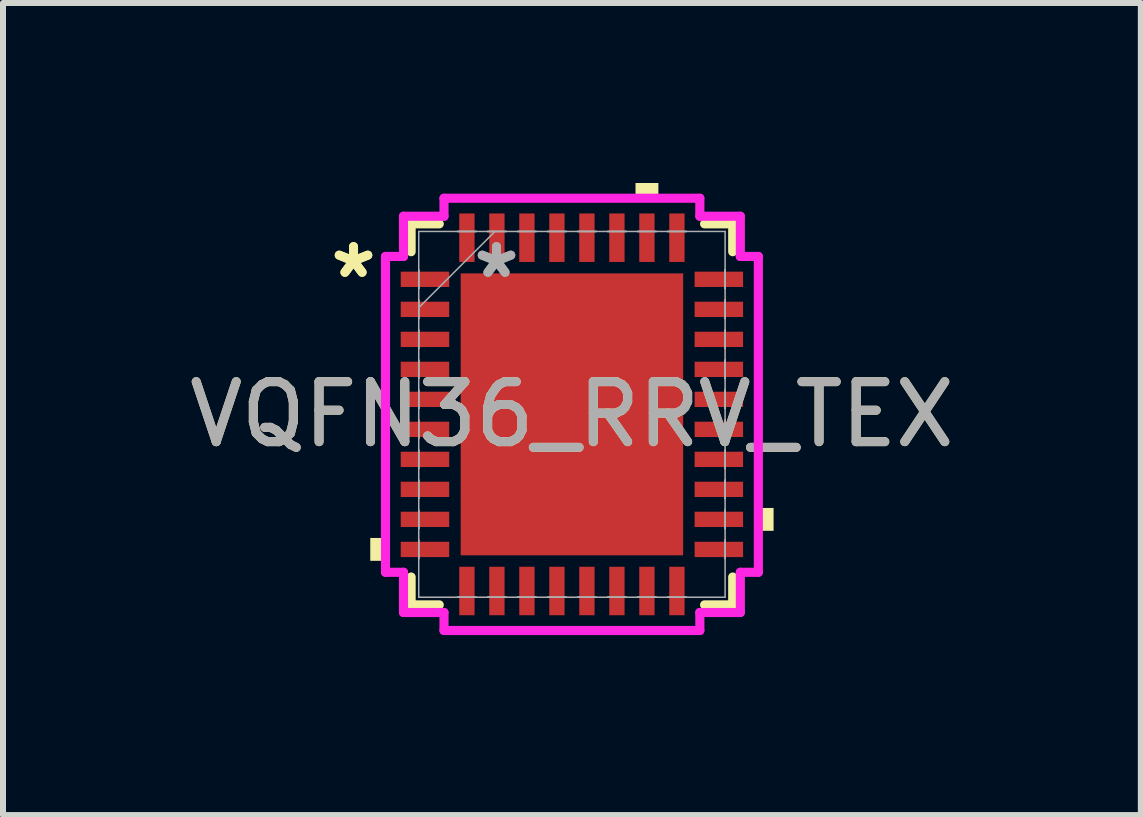
<source format=kicad_pcb>
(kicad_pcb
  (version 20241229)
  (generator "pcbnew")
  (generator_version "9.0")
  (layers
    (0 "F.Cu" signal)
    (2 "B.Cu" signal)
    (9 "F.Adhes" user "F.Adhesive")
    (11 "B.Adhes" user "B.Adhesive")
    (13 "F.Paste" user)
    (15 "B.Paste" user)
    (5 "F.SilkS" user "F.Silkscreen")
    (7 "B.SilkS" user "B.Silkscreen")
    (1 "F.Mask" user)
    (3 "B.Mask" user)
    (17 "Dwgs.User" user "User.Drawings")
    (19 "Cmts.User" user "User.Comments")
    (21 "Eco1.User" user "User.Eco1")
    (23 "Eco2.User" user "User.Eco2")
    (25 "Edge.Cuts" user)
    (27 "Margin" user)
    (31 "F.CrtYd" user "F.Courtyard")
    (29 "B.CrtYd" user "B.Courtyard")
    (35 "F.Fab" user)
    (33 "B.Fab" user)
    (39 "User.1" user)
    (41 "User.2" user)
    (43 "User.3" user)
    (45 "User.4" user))
  (footprint "VQFN36_RRV_TEX"
    (layer "F.Cu")
    (at 6.482 3.856)
    (property "Reference" "VQFN36_RRV_TEX" (at 0 0 0) (unlocked yes) (layer "F.SilkS") (effects (font (size 1 1) (thickness 0.15))))
    (attr smd)
    (fp_line (start -2.68 -3.175) (end -2.68 -2.711) (stroke (width 0.152) (type solid)) (layer "F.SilkS"))
    (fp_line (start -2.68 2.711) (end -2.68 3.175) (stroke (width 0.152) (type solid)) (layer "F.SilkS"))
    (fp_line (start -2.68 3.175) (end -2.211 3.175) (stroke (width 0.152) (type solid)) (layer "F.SilkS"))
    (fp_line (start -2.211 -3.175) (end -2.68 -3.175) (stroke (width 0.152) (type solid)) (layer "F.SilkS"))
    (fp_line (start 2.211 3.175) (end 2.68 3.175) (stroke (width 0.152) (type solid)) (layer "F.SilkS"))
    (fp_line (start 2.68 -3.175) (end 2.211 -3.175) (stroke (width 0.152) (type solid)) (layer "F.SilkS"))
    (fp_line (start 2.68 -2.711) (end 2.68 -3.175) (stroke (width 0.152) (type solid)) (layer "F.SilkS"))
    (fp_line (start 2.68 3.175) (end 2.68 2.711) (stroke (width 0.152) (type solid)) (layer "F.SilkS"))
    (fp_poly (pts (xy -3.361 2.06) (xy -3.361 2.441) (xy -3.107 2.441) (xy -3.107 2.06)) (stroke (width 0) (type solid)) (fill yes) (layer "F.SilkS"))
    (fp_poly (pts (xy 1.06 -3.602) (xy 1.06 -3.856) (xy 1.441 -3.856) (xy 1.441 -3.602)) (stroke (width 0) (type solid)) (fill yes) (layer "F.SilkS"))
    (fp_poly (pts (xy 3.361 1.56) (xy 3.361 1.941) (xy 3.107 1.941) (xy 3.107 1.56)) (stroke (width 0) (type solid)) (fill yes) (layer "F.SilkS"))
    (fp_line (start -3.107 -2.632) (end -2.807 -2.632) (stroke (width 0.152) (type solid)) (layer "F.CrtYd"))
    (fp_line (start -3.107 2.632) (end -3.107 -2.632) (stroke (width 0.152) (type solid)) (layer "F.CrtYd"))
    (fp_line (start -2.807 -3.302) (end -2.132 -3.302) (stroke (width 0.152) (type solid)) (layer "F.CrtYd"))
    (fp_line (start -2.807 -2.632) (end -2.807 -3.302) (stroke (width 0.152) (type solid)) (layer "F.CrtYd"))
    (fp_line (start -2.807 2.632) (end -3.107 2.632) (stroke (width 0.152) (type solid)) (layer "F.CrtYd"))
    (fp_line (start -2.807 3.302) (end -2.807 2.632) (stroke (width 0.152) (type solid)) (layer "F.CrtYd"))
    (fp_line (start -2.132 -3.602) (end 2.132 -3.602) (stroke (width 0.152) (type solid)) (layer "F.CrtYd"))
    (fp_line (start -2.132 -3.302) (end -2.132 -3.602) (stroke (width 0.152) (type solid)) (layer "F.CrtYd"))
    (fp_line (start -2.132 3.302) (end -2.807 3.302) (stroke (width 0.152) (type solid)) (layer "F.CrtYd"))
    (fp_line (start -2.132 3.602) (end -2.132 3.302) (stroke (width 0.152) (type solid)) (layer "F.CrtYd"))
    (fp_line (start 2.132 -3.602) (end 2.132 -3.302) (stroke (width 0.152) (type solid)) (layer "F.CrtYd"))
    (fp_line (start 2.132 -3.302) (end 2.807 -3.302) (stroke (width 0.152) (type solid)) (layer "F.CrtYd"))
    (fp_line (start 2.132 3.302) (end 2.132 3.602) (stroke (width 0.152) (type solid)) (layer "F.CrtYd"))
    (fp_line (start 2.132 3.602) (end -2.132 3.602) (stroke (width 0.152) (type solid)) (layer "F.CrtYd"))
    (fp_line (start 2.807 -3.302) (end 2.807 -2.632) (stroke (width 0.152) (type solid)) (layer "F.CrtYd"))
    (fp_line (start 2.807 -2.632) (end 3.107 -2.632) (stroke (width 0.152) (type solid)) (layer "F.CrtYd"))
    (fp_line (start 2.807 2.632) (end 2.807 3.302) (stroke (width 0.152) (type solid)) (layer "F.CrtYd"))
    (fp_line (start 2.807 3.302) (end 2.132 3.302) (stroke (width 0.152) (type solid)) (layer "F.CrtYd"))
    (fp_line (start 3.107 -2.632) (end 3.107 2.632) (stroke (width 0.152) (type solid)) (layer "F.CrtYd"))
    (fp_line (start 3.107 2.632) (end 2.807 2.632) (stroke (width 0.152) (type solid)) (layer "F.CrtYd"))
    (fp_line (start -2.553 -3.048) (end -2.553 3.048) (stroke (width 0.025) (type solid)) (layer "F.Fab"))
    (fp_line (start -2.553 -2.403) (end -2.553 -2.403) (stroke (width 0.025) (type solid)) (layer "F.Fab"))
    (fp_line (start -2.553 -2.403) (end -2.553 -2.098) (stroke (width 0.025) (type solid)) (layer "F.Fab"))
    (fp_line (start -2.553 -2.098) (end -2.553 -2.403) (stroke (width 0.025) (type solid)) (layer "F.Fab"))
    (fp_line (start -2.553 -2.098) (end -2.553 -2.098) (stroke (width 0.025) (type solid)) (layer "F.Fab"))
    (fp_line (start -2.553 -1.903) (end -2.553 -1.903) (stroke (width 0.025) (type solid)) (layer "F.Fab"))
    (fp_line (start -2.553 -1.903) (end -2.553 -1.598) (stroke (width 0.025) (type solid)) (layer "F.Fab"))
    (fp_line (start -2.553 -1.778) (end -1.283 -3.048) (stroke (width 0.025) (type solid)) (layer "F.Fab"))
    (fp_line (start -2.553 -1.598) (end -2.553 -1.903) (stroke (width 0.025) (type solid)) (layer "F.Fab"))
    (fp_line (start -2.553 -1.598) (end -2.553 -1.598) (stroke (width 0.025) (type solid)) (layer "F.Fab"))
    (fp_line (start -2.553 -1.403) (end -2.553 -1.403) (stroke (width 0.025) (type solid)) (layer "F.Fab"))
    (fp_line (start -2.553 -1.403) (end -2.553 -1.098) (stroke (width 0.025) (type solid)) (layer "F.Fab"))
    (fp_line (start -2.553 -1.098) (end -2.553 -1.403) (stroke (width 0.025) (type solid)) (layer "F.Fab"))
    (fp_line (start -2.553 -1.098) (end -2.553 -1.098) (stroke (width 0.025) (type solid)) (layer "F.Fab"))
    (fp_line (start -2.553 -0.903) (end -2.553 -0.903) (stroke (width 0.025) (type solid)) (layer "F.Fab"))
    (fp_line (start -2.553 -0.903) (end -2.553 -0.598) (stroke (width 0.025) (type solid)) (layer "F.Fab"))
    (fp_line (start -2.553 -0.598) (end -2.553 -0.903) (stroke (width 0.025) (type solid)) (layer "F.Fab"))
    (fp_line (start -2.553 -0.598) (end -2.553 -0.598) (stroke (width 0.025) (type solid)) (layer "F.Fab"))
    (fp_line (start -2.553 -0.402) (end -2.553 -0.402) (stroke (width 0.025) (type solid)) (layer "F.Fab"))
    (fp_line (start -2.553 -0.402) (end -2.553 -0.098) (stroke (width 0.025) (type solid)) (layer "F.Fab"))
    (fp_line (start -2.553 -0.098) (end -2.553 -0.402) (stroke (width 0.025) (type solid)) (layer "F.Fab"))
    (fp_line (start -2.553 -0.098) (end -2.553 -0.098) (stroke (width 0.025) (type solid)) (layer "F.Fab"))
    (fp_line (start -2.553 0.098) (end -2.553 0.098) (stroke (width 0.025) (type solid)) (layer "F.Fab"))
    (fp_line (start -2.553 0.098) (end -2.553 0.402) (stroke (width 0.025) (type solid)) (layer "F.Fab"))
    (fp_line (start -2.553 0.402) (end -2.553 0.098) (stroke (width 0.025) (type solid)) (layer "F.Fab"))
    (fp_line (start -2.553 0.402) (end -2.553 0.402) (stroke (width 0.025) (type solid)) (layer "F.Fab"))
    (fp_line (start -2.553 0.598) (end -2.553 0.598) (stroke (width 0.025) (type solid)) (layer "F.Fab"))
    (fp_line (start -2.553 0.598) (end -2.553 0.903) (stroke (width 0.025) (type solid)) (layer "F.Fab"))
    (fp_line (start -2.553 0.903) (end -2.553 0.598) (stroke (width 0.025) (type solid)) (layer "F.Fab"))
    (fp_line (start -2.553 0.903) (end -2.553 0.903) (stroke (width 0.025) (type solid)) (layer "F.Fab"))
    (fp_line (start -2.553 1.098) (end -2.553 1.098) (stroke (width 0.025) (type solid)) (layer "F.Fab"))
    (fp_line (start -2.553 1.098) (end -2.553 1.403) (stroke (width 0.025) (type solid)) (layer "F.Fab"))
    (fp_line (start -2.553 1.403) (end -2.553 1.098) (stroke (width 0.025) (type solid)) (layer "F.Fab"))
    (fp_line (start -2.553 1.403) (end -2.553 1.403) (stroke (width 0.025) (type solid)) (layer "F.Fab"))
    (fp_line (start -2.553 1.598) (end -2.553 1.598) (stroke (width 0.025) (type solid)) (layer "F.Fab"))
    (fp_line (start -2.553 1.598) (end -2.553 1.903) (stroke (width 0.025) (type solid)) (layer "F.Fab"))
    (fp_line (start -2.553 1.903) (end -2.553 1.598) (stroke (width 0.025) (type solid)) (layer "F.Fab"))
    (fp_line (start -2.553 1.903) (end -2.553 1.903) (stroke (width 0.025) (type solid)) (layer "F.Fab"))
    (fp_line (start -2.553 2.098) (end -2.553 2.098) (stroke (width 0.025) (type solid)) (layer "F.Fab"))
    (fp_line (start -2.553 2.098) (end -2.553 2.403) (stroke (width 0.025) (type solid)) (layer "F.Fab"))
    (fp_line (start -2.553 2.403) (end -2.553 2.098) (stroke (width 0.025) (type solid)) (layer "F.Fab"))
    (fp_line (start -2.553 2.403) (end -2.553 2.403) (stroke (width 0.025) (type solid)) (layer "F.Fab"))
    (fp_line (start -2.553 3.048) (end 2.553 3.048) (stroke (width 0.025) (type solid)) (layer "F.Fab"))
    (fp_line (start -1.903 -3.048) (end -1.903 -3.048) (stroke (width 0.025) (type solid)) (layer "F.Fab"))
    (fp_line (start -1.903 -3.048) (end -1.598 -3.048) (stroke (width 0.025) (type solid)) (layer "F.Fab"))
    (fp_line (start -1.903 3.048) (end -1.903 3.048) (stroke (width 0.025) (type solid)) (layer "F.Fab"))
    (fp_line (start -1.903 3.048) (end -1.598 3.048) (stroke (width 0.025) (type solid)) (layer "F.Fab"))
    (fp_line (start -1.598 -3.048) (end -1.903 -3.048) (stroke (width 0.025) (type solid)) (layer "F.Fab"))
    (fp_line (start -1.598 -3.048) (end -1.598 -3.048) (stroke (width 0.025) (type solid)) (layer "F.Fab"))
    (fp_line (start -1.598 3.048) (end -1.903 3.048) (stroke (width 0.025) (type solid)) (layer "F.Fab"))
    (fp_line (start -1.598 3.048) (end -1.598 3.048) (stroke (width 0.025) (type solid)) (layer "F.Fab"))
    (fp_line (start -1.403 -3.048) (end -1.403 -3.048) (stroke (width 0.025) (type solid)) (layer "F.Fab"))
    (fp_line (start -1.403 -3.048) (end -1.098 -3.048) (stroke (width 0.025) (type solid)) (layer "F.Fab"))
    (fp_line (start -1.403 3.048) (end -1.403 3.048) (stroke (width 0.025) (type solid)) (layer "F.Fab"))
    (fp_line (start -1.403 3.048) (end -1.098 3.048) (stroke (width 0.025) (type solid)) (layer "F.Fab"))
    (fp_line (start -1.098 -3.048) (end -1.403 -3.048) (stroke (width 0.025) (type solid)) (layer "F.Fab"))
    (fp_line (start -1.098 -3.048) (end -1.098 -3.048) (stroke (width 0.025) (type solid)) (layer "F.Fab"))
    (fp_line (start -1.098 3.048) (end -1.403 3.048) (stroke (width 0.025) (type solid)) (layer "F.Fab"))
    (fp_line (start -1.098 3.048) (end -1.098 3.048) (stroke (width 0.025) (type solid)) (layer "F.Fab"))
    (fp_line (start -0.903 -3.048) (end -0.903 -3.048) (stroke (width 0.025) (type solid)) (layer "F.Fab"))
    (fp_line (start -0.903 -3.048) (end -0.598 -3.048) (stroke (width 0.025) (type solid)) (layer "F.Fab"))
    (fp_line (start -0.903 3.048) (end -0.903 3.048) (stroke (width 0.025) (type solid)) (layer "F.Fab"))
    (fp_line (start -0.903 3.048) (end -0.598 3.048) (stroke (width 0.025) (type solid)) (layer "F.Fab"))
    (fp_line (start -0.598 -3.048) (end -0.903 -3.048) (stroke (width 0.025) (type solid)) (layer "F.Fab"))
    (fp_line (start -0.598 -3.048) (end -0.598 -3.048) (stroke (width 0.025) (type solid)) (layer "F.Fab"))
    (fp_line (start -0.598 3.048) (end -0.903 3.048) (stroke (width 0.025) (type solid)) (layer "F.Fab"))
    (fp_line (start -0.598 3.048) (end -0.598 3.048) (stroke (width 0.025) (type solid)) (layer "F.Fab"))
    (fp_line (start -0.402 -3.048) (end -0.402 -3.048) (stroke (width 0.025) (type solid)) (layer "F.Fab"))
    (fp_line (start -0.402 -3.048) (end -0.098 -3.048) (stroke (width 0.025) (type solid)) (layer "F.Fab"))
    (fp_line (start -0.402 3.048) (end -0.402 3.048) (stroke (width 0.025) (type solid)) (layer "F.Fab"))
    (fp_line (start -0.402 3.048) (end -0.098 3.048) (stroke (width 0.025) (type solid)) (layer "F.Fab"))
    (fp_line (start -0.098 -3.048) (end -0.402 -3.048) (stroke (width 0.025) (type solid)) (layer "F.Fab"))
    (fp_line (start -0.098 -3.048) (end -0.098 -3.048) (stroke (width 0.025) (type solid)) (layer "F.Fab"))
    (fp_line (start -0.098 3.048) (end -0.402 3.048) (stroke (width 0.025) (type solid)) (layer "F.Fab"))
    (fp_line (start -0.098 3.048) (end -0.098 3.048) (stroke (width 0.025) (type solid)) (layer "F.Fab"))
    (fp_line (start 0.098 -3.048) (end 0.098 -3.048) (stroke (width 0.025) (type solid)) (layer "F.Fab"))
    (fp_line (start 0.098 -3.048) (end 0.402 -3.048) (stroke (width 0.025) (type solid)) (layer "F.Fab"))
    (fp_line (start 0.098 3.048) (end 0.098 3.048) (stroke (width 0.025) (type solid)) (layer "F.Fab"))
    (fp_line (start 0.098 3.048) (end 0.402 3.048) (stroke (width 0.025) (type solid)) (layer "F.Fab"))
    (fp_line (start 0.402 -3.048) (end 0.098 -3.048) (stroke (width 0.025) (type solid)) (layer "F.Fab"))
    (fp_line (start 0.402 -3.048) (end 0.402 -3.048) (stroke (width 0.025) (type solid)) (layer "F.Fab"))
    (fp_line (start 0.402 3.048) (end 0.098 3.048) (stroke (width 0.025) (type solid)) (layer "F.Fab"))
    (fp_line (start 0.402 3.048) (end 0.402 3.048) (stroke (width 0.025) (type solid)) (layer "F.Fab"))
    (fp_line (start 0.598 -3.048) (end 0.598 -3.048) (stroke (width 0.025) (type solid)) (layer "F.Fab"))
    (fp_line (start 0.598 -3.048) (end 0.903 -3.048) (stroke (width 0.025) (type solid)) (layer "F.Fab"))
    (fp_line (start 0.598 3.048) (end 0.598 3.048) (stroke (width 0.025) (type solid)) (layer "F.Fab"))
    (fp_line (start 0.598 3.048) (end 0.903 3.048) (stroke (width 0.025) (type solid)) (layer "F.Fab"))
    (fp_line (start 0.903 -3.048) (end 0.598 -3.048) (stroke (width 0.025) (type solid)) (layer "F.Fab"))
    (fp_line (start 0.903 -3.048) (end 0.903 -3.048) (stroke (width 0.025) (type solid)) (layer "F.Fab"))
    (fp_line (start 0.903 3.048) (end 0.598 3.048) (stroke (width 0.025) (type solid)) (layer "F.Fab"))
    (fp_line (start 0.903 3.048) (end 0.903 3.048) (stroke (width 0.025) (type solid)) (layer "F.Fab"))
    (fp_line (start 1.098 -3.048) (end 1.098 -3.048) (stroke (width 0.025) (type solid)) (layer "F.Fab"))
    (fp_line (start 1.098 -3.048) (end 1.403 -3.048) (stroke (width 0.025) (type solid)) (layer "F.Fab"))
    (fp_line (start 1.098 3.048) (end 1.098 3.048) (stroke (width 0.025) (type solid)) (layer "F.Fab"))
    (fp_line (start 1.098 3.048) (end 1.403 3.048) (stroke (width 0.025) (type solid)) (layer "F.Fab"))
    (fp_line (start 1.403 -3.048) (end 1.098 -3.048) (stroke (width 0.025) (type solid)) (layer "F.Fab"))
    (fp_line (start 1.403 -3.048) (end 1.403 -3.048) (stroke (width 0.025) (type solid)) (layer "F.Fab"))
    (fp_line (start 1.403 3.048) (end 1.098 3.048) (stroke (width 0.025) (type solid)) (layer "F.Fab"))
    (fp_line (start 1.403 3.048) (end 1.403 3.048) (stroke (width 0.025) (type solid)) (layer "F.Fab"))
    (fp_line (start 1.598 -3.048) (end 1.598 -3.048) (stroke (width 0.025) (type solid)) (layer "F.Fab"))
    (fp_line (start 1.598 -3.048) (end 1.903 -3.048) (stroke (width 0.025) (type solid)) (layer "F.Fab"))
    (fp_line (start 1.598 3.048) (end 1.598 3.048) (stroke (width 0.025) (type solid)) (layer "F.Fab"))
    (fp_line (start 1.598 3.048) (end 1.903 3.048) (stroke (width 0.025) (type solid)) (layer "F.Fab"))
    (fp_line (start 1.903 -3.048) (end 1.598 -3.048) (stroke (width 0.025) (type solid)) (layer "F.Fab"))
    (fp_line (start 1.903 -3.048) (end 1.903 -3.048) (stroke (width 0.025) (type solid)) (layer "F.Fab"))
    (fp_line (start 1.903 3.048) (end 1.598 3.048) (stroke (width 0.025) (type solid)) (layer "F.Fab"))
    (fp_line (start 1.903 3.048) (end 1.903 3.048) (stroke (width 0.025) (type solid)) (layer "F.Fab"))
    (fp_line (start 2.553 -3.048) (end -2.553 -3.048) (stroke (width 0.025) (type solid)) (layer "F.Fab"))
    (fp_line (start 2.553 -2.403) (end 2.553 -2.403) (stroke (width 0.025) (type solid)) (layer "F.Fab"))
    (fp_line (start 2.553 -2.403) (end 2.553 -2.098) (stroke (width 0.025) (type solid)) (layer "F.Fab"))
    (fp_line (start 2.553 -2.098) (end 2.553 -2.403) (stroke (width 0.025) (type solid)) (layer "F.Fab"))
    (fp_line (start 2.553 -2.098) (end 2.553 -2.098) (stroke (width 0.025) (type solid)) (layer "F.Fab"))
    (fp_line (start 2.553 -1.903) (end 2.553 -1.903) (stroke (width 0.025) (type solid)) (layer "F.Fab"))
    (fp_line (start 2.553 -1.903) (end 2.553 -1.598) (stroke (width 0.025) (type solid)) (layer "F.Fab"))
    (fp_line (start 2.553 -1.598) (end 2.553 -1.903) (stroke (width 0.025) (type solid)) (layer "F.Fab"))
    (fp_line (start 2.553 -1.598) (end 2.553 -1.598) (stroke (width 0.025) (type solid)) (layer "F.Fab"))
    (fp_line (start 2.553 -1.403) (end 2.553 -1.403) (stroke (width 0.025) (type solid)) (layer "F.Fab"))
    (fp_line (start 2.553 -1.403) (end 2.553 -1.098) (stroke (width 0.025) (type solid)) (layer "F.Fab"))
    (fp_line (start 2.553 -1.098) (end 2.553 -1.403) (stroke (width 0.025) (type solid)) (layer "F.Fab"))
    (fp_line (start 2.553 -1.098) (end 2.553 -1.098) (stroke (width 0.025) (type solid)) (layer "F.Fab"))
    (fp_line (start 2.553 -0.903) (end 2.553 -0.903) (stroke (width 0.025) (type solid)) (layer "F.Fab"))
    (fp_line (start 2.553 -0.903) (end 2.553 -0.598) (stroke (width 0.025) (type solid)) (layer "F.Fab"))
    (fp_line (start 2.553 -0.598) (end 2.553 -0.903) (stroke (width 0.025) (type solid)) (layer "F.Fab"))
    (fp_line (start 2.553 -0.598) (end 2.553 -0.598) (stroke (width 0.025) (type solid)) (layer "F.Fab"))
    (fp_line (start 2.553 -0.402) (end 2.553 -0.402) (stroke (width 0.025) (type solid)) (layer "F.Fab"))
    (fp_line (start 2.553 -0.402) (end 2.553 -0.098) (stroke (width 0.025) (type solid)) (layer "F.Fab"))
    (fp_line (start 2.553 -0.098) (end 2.553 -0.402) (stroke (width 0.025) (type solid)) (layer "F.Fab"))
    (fp_line (start 2.553 -0.098) (end 2.553 -0.098) (stroke (width 0.025) (type solid)) (layer "F.Fab"))
    (fp_line (start 2.553 0.098) (end 2.553 0.098) (stroke (width 0.025) (type solid)) (layer "F.Fab"))
    (fp_line (start 2.553 0.098) (end 2.553 0.402) (stroke (width 0.025) (type solid)) (layer "F.Fab"))
    (fp_line (start 2.553 0.402) (end 2.553 0.098) (stroke (width 0.025) (type solid)) (layer "F.Fab"))
    (fp_line (start 2.553 0.402) (end 2.553 0.402) (stroke (width 0.025) (type solid)) (layer "F.Fab"))
    (fp_line (start 2.553 0.598) (end 2.553 0.598) (stroke (width 0.025) (type solid)) (layer "F.Fab"))
    (fp_line (start 2.553 0.598) (end 2.553 0.903) (stroke (width 0.025) (type solid)) (layer "F.Fab"))
    (fp_line (start 2.553 0.903) (end 2.553 0.598) (stroke (width 0.025) (type solid)) (layer "F.Fab"))
    (fp_line (start 2.553 0.903) (end 2.553 0.903) (stroke (width 0.025) (type solid)) (layer "F.Fab"))
    (fp_line (start 2.553 1.098) (end 2.553 1.098) (stroke (width 0.025) (type solid)) (layer "F.Fab"))
    (fp_line (start 2.553 1.098) (end 2.553 1.403) (stroke (width 0.025) (type solid)) (layer "F.Fab"))
    (fp_line (start 2.553 1.403) (end 2.553 1.098) (stroke (width 0.025) (type solid)) (layer "F.Fab"))
    (fp_line (start 2.553 1.403) (end 2.553 1.403) (stroke (width 0.025) (type solid)) (layer "F.Fab"))
    (fp_line (start 2.553 1.598) (end 2.553 1.598) (stroke (width 0.025) (type solid)) (layer "F.Fab"))
    (fp_line (start 2.553 1.598) (end 2.553 1.903) (stroke (width 0.025) (type solid)) (layer "F.Fab"))
    (fp_line (start 2.553 1.903) (end 2.553 1.598) (stroke (width 0.025) (type solid)) (layer "F.Fab"))
    (fp_line (start 2.553 1.903) (end 2.553 1.903) (stroke (width 0.025) (type solid)) (layer "F.Fab"))
    (fp_line (start 2.553 2.098) (end 2.553 2.098) (stroke (width 0.025) (type solid)) (layer "F.Fab"))
    (fp_line (start 2.553 2.098) (end 2.553 2.403) (stroke (width 0.025) (type solid)) (layer "F.Fab"))
    (fp_line (start 2.553 2.403) (end 2.553 2.098) (stroke (width 0.025) (type solid)) (layer "F.Fab"))
    (fp_line (start 2.553 2.403) (end 2.553 2.403) (stroke (width 0.025) (type solid)) (layer "F.Fab"))
    (fp_line (start 2.553 3.048) (end 2.553 -3.048) (stroke (width 0.025) (type solid)) (layer "F.Fab"))
    (fp_text user "*" (at -3.64 -2.251 0) (unlocked yes) (layer "F.SilkS") (effects (font (size 1 1) (thickness 0.15))))
    (fp_text user "*" (at -3.64 -2.251 0) (layer "F.SilkS") (effects (font (size 1 1) (thickness 0.15))))
    (fp_text user "*" (at -1.257 -2.251 0) (layer "F.Fab") (effects (font (size 1 1) (thickness 0.15))))
    (fp_text user "${REFERENCE}" (at 0 0 0) (unlocked yes) (layer "F.Fab") (effects (font (size 1 1) (thickness 0.15))))
    (fp_text user "*" (at -1.257 -2.251 0) (unlocked yes) (layer "F.Fab") (effects (font (size 1 1) (thickness 0.15))))
    (pad "1" smd rect (at -2.449 -2.251 90) (size 0.255 0.808) (layers "F.Cu" "F.Mask" "F.Paste"))
    (pad "2" smd rect (at -2.449 -1.75 90) (size 0.255 0.808) (layers "F.Cu" "F.Mask" "F.Paste"))
    (pad "3" smd rect (at -2.449 -1.25 90) (size 0.255 0.808) (layers "F.Cu" "F.Mask" "F.Paste"))
    (pad "4" smd rect (at -2.449 -0.75 90) (size 0.255 0.808) (layers "F.Cu" "F.Mask" "F.Paste"))
    (pad "5" smd rect (at -2.449 -0.25 90) (size 0.255 0.808) (layers "F.Cu" "F.Mask" "F.Paste"))
    (pad "6" smd rect (at -2.449 0.25 90) (size 0.255 0.808) (layers "F.Cu" "F.Mask" "F.Paste"))
    (pad "7" smd rect (at -2.449 0.75 90) (size 0.255 0.808) (layers "F.Cu" "F.Mask" "F.Paste"))
    (pad "8" smd rect (at -2.449 1.25 90) (size 0.255 0.808) (layers "F.Cu" "F.Mask" "F.Paste"))
    (pad "9" smd rect (at -2.449 1.75 90) (size 0.255 0.808) (layers "F.Cu" "F.Mask" "F.Paste"))
    (pad "10" smd rect (at -2.449 2.251 90) (size 0.255 0.808) (layers "F.Cu" "F.Mask" "F.Paste"))
    (pad "11" smd rect (at -1.75 2.944) (size 0.255 0.808) (layers "F.Cu" "F.Mask" "F.Paste"))
    (pad "12" smd rect (at -1.25 2.944) (size 0.255 0.808) (layers "F.Cu" "F.Mask" "F.Paste"))
    (pad "13" smd rect (at -0.75 2.944) (size 0.255 0.808) (layers "F.Cu" "F.Mask" "F.Paste"))
    (pad "14" smd rect (at -0.25 2.944) (size 0.255 0.808) (layers "F.Cu" "F.Mask" "F.Paste"))
    (pad "15" smd rect (at 0.25 2.944) (size 0.255 0.808) (layers "F.Cu" "F.Mask" "F.Paste"))
    (pad "16" smd rect (at 0.75 2.944) (size 0.255 0.808) (layers "F.Cu" "F.Mask" "F.Paste"))
    (pad "17" smd rect (at 1.25 2.944) (size 0.255 0.808) (layers "F.Cu" "F.Mask" "F.Paste"))
    (pad "18" smd rect (at 1.75 2.944) (size 0.255 0.808) (layers "F.Cu" "F.Mask" "F.Paste"))
    (pad "19" smd rect (at 2.449 2.251 90) (size 0.255 0.808) (layers "F.Cu" "F.Mask" "F.Paste"))
    (pad "20" smd rect (at 2.449 1.75 90) (size 0.255 0.808) (layers "F.Cu" "F.Mask" "F.Paste"))
    (pad "21" smd rect (at 2.449 1.25 90) (size 0.255 0.808) (layers "F.Cu" "F.Mask" "F.Paste"))
    (pad "22" smd rect (at 2.449 0.75 90) (size 0.255 0.808) (layers "F.Cu" "F.Mask" "F.Paste"))
    (pad "23" smd rect (at 2.449 0.25 90) (size 0.255 0.808) (layers "F.Cu" "F.Mask" "F.Paste"))
    (pad "24" smd rect (at 2.449 -0.25 90) (size 0.255 0.808) (layers "F.Cu" "F.Mask" "F.Paste"))
    (pad "25" smd rect (at 2.449 -0.75 90) (size 0.255 0.808) (layers "F.Cu" "F.Mask" "F.Paste"))
    (pad "26" smd rect (at 2.449 -1.25 90) (size 0.255 0.808) (layers "F.Cu" "F.Mask" "F.Paste"))
    (pad "27" smd rect (at 2.449 -1.75 90) (size 0.255 0.808) (layers "F.Cu" "F.Mask" "F.Paste"))
    (pad "28" smd rect (at 2.449 -2.251 90) (size 0.255 0.808) (layers "F.Cu" "F.Mask" "F.Paste"))
    (pad "29" smd rect (at 1.75 -2.944) (size 0.255 0.808) (layers "F.Cu" "F.Mask" "F.Paste"))
    (pad "30" smd rect (at 1.25 -2.944) (size 0.255 0.808) (layers "F.Cu" "F.Mask" "F.Paste"))
    (pad "31" smd rect (at 0.75 -2.944) (size 0.255 0.808) (layers "F.Cu" "F.Mask" "F.Paste"))
    (pad "32" smd rect (at 0.25 -2.944) (size 0.255 0.808) (layers "F.Cu" "F.Mask" "F.Paste"))
    (pad "33" smd rect (at -0.25 -2.944) (size 0.255 0.808) (layers "F.Cu" "F.Mask" "F.Paste"))
    (pad "34" smd rect (at -0.75 -2.944) (size 0.255 0.808) (layers "F.Cu" "F.Mask" "F.Paste"))
    (pad "35" smd rect (at -1.25 -2.944) (size 0.255 0.808) (layers "F.Cu" "F.Mask" "F.Paste"))
    (pad "36" smd rect (at -1.75 -2.944) (size 0.255 0.808) (layers "F.Cu" "F.Mask" "F.Paste"))
    (pad "37" smd rect (at 0 0) (size 3.708 4.699) (layers "F.Cu" "F.Mask" "F.Paste")))
  (gr_rect
    (start -3 -3)
    (end 15.964 10.534)
    (stroke (width 0.1) (type default))
    (fill no)
    (layer "Edge.Cuts")))
</source>
